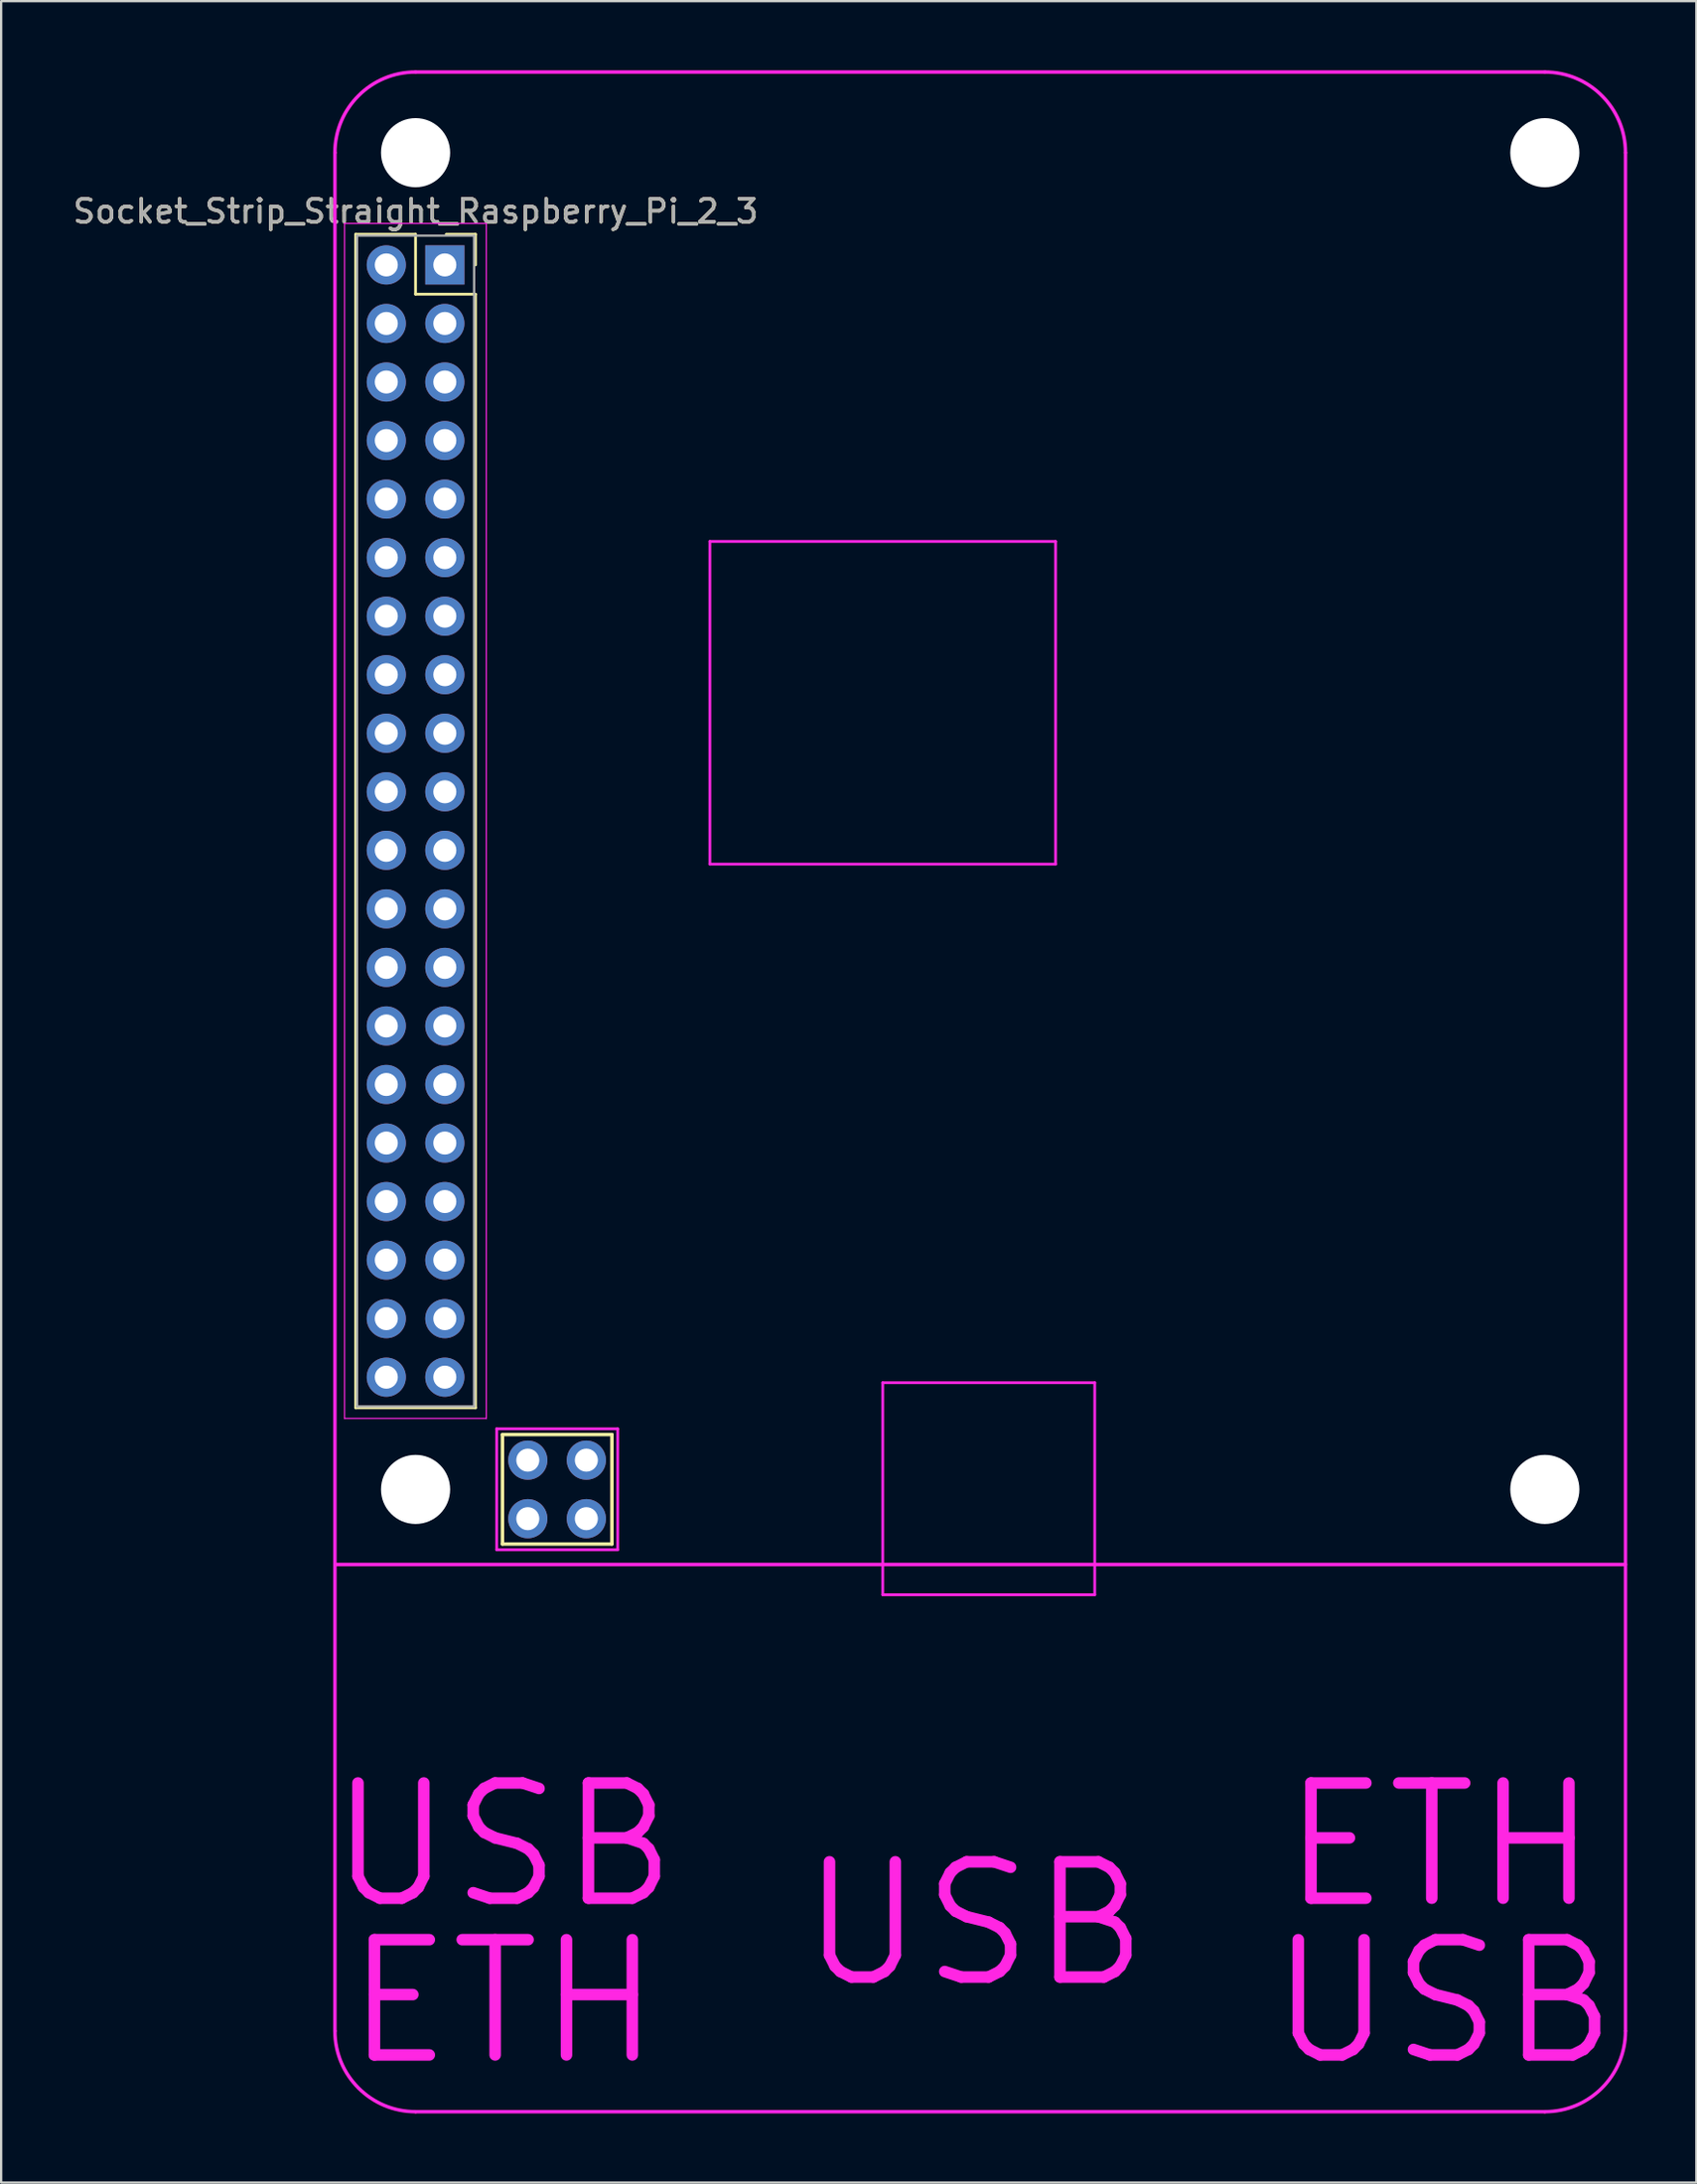
<source format=kicad_pcb>
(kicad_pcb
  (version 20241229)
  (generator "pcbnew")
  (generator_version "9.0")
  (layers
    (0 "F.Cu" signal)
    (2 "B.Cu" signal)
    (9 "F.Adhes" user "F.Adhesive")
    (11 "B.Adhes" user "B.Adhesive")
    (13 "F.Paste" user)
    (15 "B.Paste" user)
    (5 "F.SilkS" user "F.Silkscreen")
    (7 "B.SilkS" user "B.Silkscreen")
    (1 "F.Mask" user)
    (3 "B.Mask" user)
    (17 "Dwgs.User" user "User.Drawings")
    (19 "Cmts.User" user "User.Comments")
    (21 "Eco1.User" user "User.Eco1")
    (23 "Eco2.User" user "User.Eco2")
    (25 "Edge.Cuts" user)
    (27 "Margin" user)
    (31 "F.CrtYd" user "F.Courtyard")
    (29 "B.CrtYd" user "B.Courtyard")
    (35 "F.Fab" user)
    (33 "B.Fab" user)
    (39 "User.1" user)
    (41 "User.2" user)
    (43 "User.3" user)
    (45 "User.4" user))
  (footprint "Socket_Strip_Straight_Raspberry_Pi_2_3"
    (layer "F.Cu")
    (at 16.252 8.445)
    (property "Reference" "Socket_Strip_Straight_Raspberry_Pi_2_3" (at -1.27 -2.33 0) (layer "F.SilkS") (effects (font (size 1 1) (thickness 0.15))))
    (attr through_hole)
    (fp_line (start -3.87 -1.33) (end -1.27 -1.33) (stroke (width 0.12) (type solid)) (layer "F.SilkS"))
    (fp_line (start -3.87 49.59) (end -3.87 -1.33) (stroke (width 0.12) (type solid)) (layer "F.SilkS"))
    (fp_line (start -1.27 -1.33) (end -1.27 1.27) (stroke (width 0.12) (type solid)) (layer "F.SilkS"))
    (fp_line (start -1.27 1.27) (end 1.33 1.27) (stroke (width 0.12) (type solid)) (layer "F.SilkS"))
    (fp_line (start 1.33 -1.33) (end 0.06 -1.33) (stroke (width 0.12) (type solid)) (layer "F.SilkS"))
    (fp_line (start 1.33 0) (end 1.33 -1.33) (stroke (width 0.12) (type solid)) (layer "F.SilkS"))
    (fp_line (start 1.33 1.27) (end 1.33 49.59) (stroke (width 0.12) (type solid)) (layer "F.SilkS"))
    (fp_line (start 1.33 49.59) (end -3.87 49.59) (stroke (width 0.12) (type solid)) (layer "F.SilkS"))
    (fp_line (start 2.5 50.75) (end 7.25 50.75) (stroke (width 0.15) (type solid)) (layer "F.SilkS"))
    (fp_line (start 2.5 55.5) (end 2.5 50.75) (stroke (width 0.15) (type solid)) (layer "F.SilkS"))
    (fp_line (start 7.25 50.75) (end 7.25 55.5) (stroke (width 0.15) (type solid)) (layer "F.SilkS"))
    (fp_line (start 7.25 55.5) (end 2.5 55.5) (stroke (width 0.15) (type solid)) (layer "F.SilkS"))
    (fp_line (start -4.77 56.388) (end 51.23 56.388) (stroke (width 0.15) (type solid)) (layer "F.CrtYd"))
    (fp_line (start -4.77 76.63) (end -4.77 -4.87) (stroke (width 0.15) (type solid)) (layer "F.CrtYd"))
    (fp_line (start -4.35 -1.8) (end -4.35 50.05) (stroke (width 0.05) (type solid)) (layer "F.CrtYd"))
    (fp_line (start -4.35 50.05) (end 1.8 50.05) (stroke (width 0.05) (type solid)) (layer "F.CrtYd"))
    (fp_line (start -1.27 -8.37) (end 47.73 -8.37) (stroke (width 0.15) (type solid)) (layer "F.CrtYd"))
    (fp_line (start 1.8 -1.8) (end -4.35 -1.8) (stroke (width 0.05) (type solid)) (layer "F.CrtYd"))
    (fp_line (start 1.8 50.05) (end 1.8 -1.8) (stroke (width 0.05) (type solid)) (layer "F.CrtYd"))
    (fp_line (start 2.25 50.5) (end 7.5 50.5) (stroke (width 0.12) (type solid)) (layer "F.CrtYd"))
    (fp_line (start 2.25 55.75) (end 2.25 50.5) (stroke (width 0.12) (type solid)) (layer "F.CrtYd"))
    (fp_line (start 7.5 50.5) (end 7.5 55.75) (stroke (width 0.12) (type solid)) (layer "F.CrtYd"))
    (fp_line (start 7.5 55.75) (end 2.25 55.75) (stroke (width 0.12) (type solid)) (layer "F.CrtYd"))
    (fp_line (start 11.5 12) (end 26.5 12) (stroke (width 0.12) (type solid)) (layer "F.CrtYd"))
    (fp_line (start 11.5 26) (end 11.5 12) (stroke (width 0.12) (type solid)) (layer "F.CrtYd"))
    (fp_line (start 19 48.5) (end 28.2 48.5) (stroke (width 0.12) (type solid)) (layer "F.CrtYd"))
    (fp_line (start 19 57.7) (end 19 48.5) (stroke (width 0.12) (type solid)) (layer "F.CrtYd"))
    (fp_line (start 26.5 12) (end 26.5 26) (stroke (width 0.12) (type solid)) (layer "F.CrtYd"))
    (fp_line (start 26.5 26) (end 11.5 26) (stroke (width 0.12) (type solid)) (layer "F.CrtYd"))
    (fp_line (start 28.2 48.5) (end 28.2 57.7) (stroke (width 0.12) (type solid)) (layer "F.CrtYd"))
    (fp_line (start 28.2 57.7) (end 19 57.7) (stroke (width 0.12) (type solid)) (layer "F.CrtYd"))
    (fp_line (start 47.73 80.13) (end -1.27 80.13) (stroke (width 0.15) (type solid)) (layer "F.CrtYd"))
    (fp_line (start 51.23 -4.87) (end 51.23 76.63) (stroke (width 0.15) (type solid)) (layer "F.CrtYd"))
    (fp_arc (start -4.77 -4.87) (mid -3.744874 -7.344874) (end -1.27 -8.37) (stroke (width 0.15) (type solid)) (layer "F.CrtYd"))
    (fp_arc (start -1.27 80.13) (mid -3.744874 79.104874) (end -4.77 76.63) (stroke (width 0.15) (type solid)) (layer "F.CrtYd"))
    (fp_arc (start 47.73 -8.37) (mid 50.204874 -7.344874) (end 51.23 -4.87) (stroke (width 0.15) (type solid)) (layer "F.CrtYd"))
    (fp_arc (start 51.23 76.63) (mid 50.204874 79.104874) (end 47.73 80.13) (stroke (width 0.15) (type solid)) (layer "F.CrtYd"))
    (fp_line (start -3.81 -1.27) (end -3.81 49.53) (stroke (width 0.1) (type solid)) (layer "F.Fab"))
    (fp_line (start -3.81 49.53) (end 1.27 49.53) (stroke (width 0.1) (type solid)) (layer "F.Fab"))
    (fp_line (start 1.27 -1.27) (end -3.81 -1.27) (stroke (width 0.1) (type solid)) (layer "F.Fab"))
    (fp_line (start 1.27 49.53) (end 1.27 -1.27) (stroke (width 0.1) (type solid)) (layer "F.Fab"))
    (fp_text user "ETH" (at 2.54 75.38 0) (layer "F.CrtYd") (effects (font (size 5 5) (thickness 0.5))))
    (fp_text user "USB" (at 43.34 75.38 0) (layer "F.CrtYd") (effects (font (size 5 5) (thickness 0.5))))
    (fp_text user "ETH" (at 43.18 68.58 0) (layer "F.CrtYd") (effects (font (size 5 5) (thickness 0.5))))
    (fp_text user "USB" (at 2.54 68.58 0) (layer "F.CrtYd") (effects (font (size 5 5) (thickness 0.5))))
    (fp_text user "USB" (at 23 72 0) (layer "F.CrtYd") (effects (font (size 5 5) (thickness 0.5))))
    (fp_text user "${REFERENCE}" (at -1.27 -2.33 0) (layer "F.Fab") (effects (font (size 1 1) (thickness 0.15))))
    (pad "" np_thru_hole circle (at -1.27 -4.87) (size 3 3) (drill 3) (layers "*.Cu" "*.Mask"))
    (pad "" np_thru_hole circle (at -1.27 53.13) (size 3 3) (drill 3) (layers "*.Cu" "*.Mask"))
    (pad "" np_thru_hole circle (at 47.73 -4.87) (size 3 3) (drill 3) (layers "*.Cu" "*.Mask"))
    (pad "" np_thru_hole circle (at 47.73 53.13) (size 3 3) (drill 3) (layers "*.Cu" "*.Mask"))
    (pad "1" thru_hole rect (at 0 0) (size 1.7 1.7) (drill 1) (layers "*.Cu" "*.Mask"))
    (pad "2" thru_hole oval (at -2.54 0) (size 1.7 1.7) (drill 1) (layers "*.Cu" "*.Mask"))
    (pad "3" thru_hole oval (at 0 2.54) (size 1.7 1.7) (drill 1) (layers "*.Cu" "*.Mask"))
    (pad "4" thru_hole oval (at -2.54 2.54) (size 1.7 1.7) (drill 1) (layers "*.Cu" "*.Mask"))
    (pad "5" thru_hole oval (at 0 5.08) (size 1.7 1.7) (drill 1) (layers "*.Cu" "*.Mask"))
    (pad "6" thru_hole oval (at -2.54 5.08) (size 1.7 1.7) (drill 1) (layers "*.Cu" "*.Mask"))
    (pad "7" thru_hole oval (at 0 7.62) (size 1.7 1.7) (drill 1) (layers "*.Cu" "*.Mask"))
    (pad "8" thru_hole oval (at -2.54 7.62) (size 1.7 1.7) (drill 1) (layers "*.Cu" "*.Mask"))
    (pad "9" thru_hole oval (at 0 10.16) (size 1.7 1.7) (drill 1) (layers "*.Cu" "*.Mask"))
    (pad "10" thru_hole oval (at -2.54 10.16) (size 1.7 1.7) (drill 1) (layers "*.Cu" "*.Mask"))
    (pad "11" thru_hole oval (at 0 12.7) (size 1.7 1.7) (drill 1) (layers "*.Cu" "*.Mask"))
    (pad "12" thru_hole oval (at -2.54 12.7) (size 1.7 1.7) (drill 1) (layers "*.Cu" "*.Mask"))
    (pad "13" thru_hole oval (at 0 15.24) (size 1.7 1.7) (drill 1) (layers "*.Cu" "*.Mask"))
    (pad "14" thru_hole oval (at -2.54 15.24) (size 1.7 1.7) (drill 1) (layers "*.Cu" "*.Mask"))
    (pad "15" thru_hole oval (at 0 17.78) (size 1.7 1.7) (drill 1) (layers "*.Cu" "*.Mask"))
    (pad "16" thru_hole oval (at -2.54 17.78) (size 1.7 1.7) (drill 1) (layers "*.Cu" "*.Mask"))
    (pad "17" thru_hole oval (at 0 20.32) (size 1.7 1.7) (drill 1) (layers "*.Cu" "*.Mask"))
    (pad "18" thru_hole oval (at -2.54 20.32) (size 1.7 1.7) (drill 1) (layers "*.Cu" "*.Mask"))
    (pad "19" thru_hole oval (at 0 22.86) (size 1.7 1.7) (drill 1) (layers "*.Cu" "*.Mask"))
    (pad "20" thru_hole oval (at -2.54 22.86) (size 1.7 1.7) (drill 1) (layers "*.Cu" "*.Mask"))
    (pad "21" thru_hole oval (at 0 25.4) (size 1.7 1.7) (drill 1) (layers "*.Cu" "*.Mask"))
    (pad "22" thru_hole oval (at -2.54 25.4) (size 1.7 1.7) (drill 1) (layers "*.Cu" "*.Mask"))
    (pad "23" thru_hole oval (at 0 27.94) (size 1.7 1.7) (drill 1) (layers "*.Cu" "*.Mask"))
    (pad "24" thru_hole oval (at -2.54 27.94) (size 1.7 1.7) (drill 1) (layers "*.Cu" "*.Mask"))
    (pad "25" thru_hole oval (at 0 30.48) (size 1.7 1.7) (drill 1) (layers "*.Cu" "*.Mask"))
    (pad "26" thru_hole oval (at -2.54 30.48) (size 1.7 1.7) (drill 1) (layers "*.Cu" "*.Mask"))
    (pad "27" thru_hole oval (at 0 33.02) (size 1.7 1.7) (drill 1) (layers "*.Cu" "*.Mask"))
    (pad "28" thru_hole oval (at -2.54 33.02) (size 1.7 1.7) (drill 1) (layers "*.Cu" "*.Mask"))
    (pad "29" thru_hole oval (at 0 35.56) (size 1.7 1.7) (drill 1) (layers "*.Cu" "*.Mask"))
    (pad "30" thru_hole oval (at -2.54 35.56) (size 1.7 1.7) (drill 1) (layers "*.Cu" "*.Mask"))
    (pad "31" thru_hole oval (at 0 38.1) (size 1.7 1.7) (drill 1) (layers "*.Cu" "*.Mask"))
    (pad "32" thru_hole oval (at -2.54 38.1) (size 1.7 1.7) (drill 1) (layers "*.Cu" "*.Mask"))
    (pad "33" thru_hole oval (at 0 40.64) (size 1.7 1.7) (drill 1) (layers "*.Cu" "*.Mask"))
    (pad "34" thru_hole oval (at -2.54 40.64) (size 1.7 1.7) (drill 1) (layers "*.Cu" "*.Mask"))
    (pad "35" thru_hole oval (at 0 43.18) (size 1.7 1.7) (drill 1) (layers "*.Cu" "*.Mask"))
    (pad "36" thru_hole oval (at -2.54 43.18) (size 1.7 1.7) (drill 1) (layers "*.Cu" "*.Mask"))
    (pad "37" thru_hole oval (at 0 45.72) (size 1.7 1.7) (drill 1) (layers "*.Cu" "*.Mask"))
    (pad "38" thru_hole oval (at -2.54 45.72) (size 1.7 1.7) (drill 1) (layers "*.Cu" "*.Mask"))
    (pad "39" thru_hole oval (at 0 48.26) (size 1.7 1.7) (drill 1) (layers "*.Cu" "*.Mask"))
    (pad "40" thru_hole oval (at -2.54 48.26) (size 1.7 1.7) (drill 1) (layers "*.Cu" "*.Mask"))
    (pad "41" thru_hole oval (at 6.14 51.86) (size 1.7 1.7) (drill 1) (layers "*.Cu" "*.Mask"))
    (pad "42" thru_hole oval (at 3.6 51.86) (size 1.7 1.7) (drill 1) (layers "*.Cu" "*.Mask"))
    (pad "43" thru_hole oval (at 6.14 54.4) (size 1.7 1.7) (drill 1) (layers "*.Cu" "*.Mask"))
    (pad "44" thru_hole oval (at 3.6 54.4) (size 1.7 1.7) (drill 1) (layers "*.Cu" "*.Mask")))
  (gr_rect
    (start -3 -3)
    (end 70.557 91.65)
    (stroke (width 0.1) (type default))
    (fill no)
    (layer "Edge.Cuts")))
</source>
